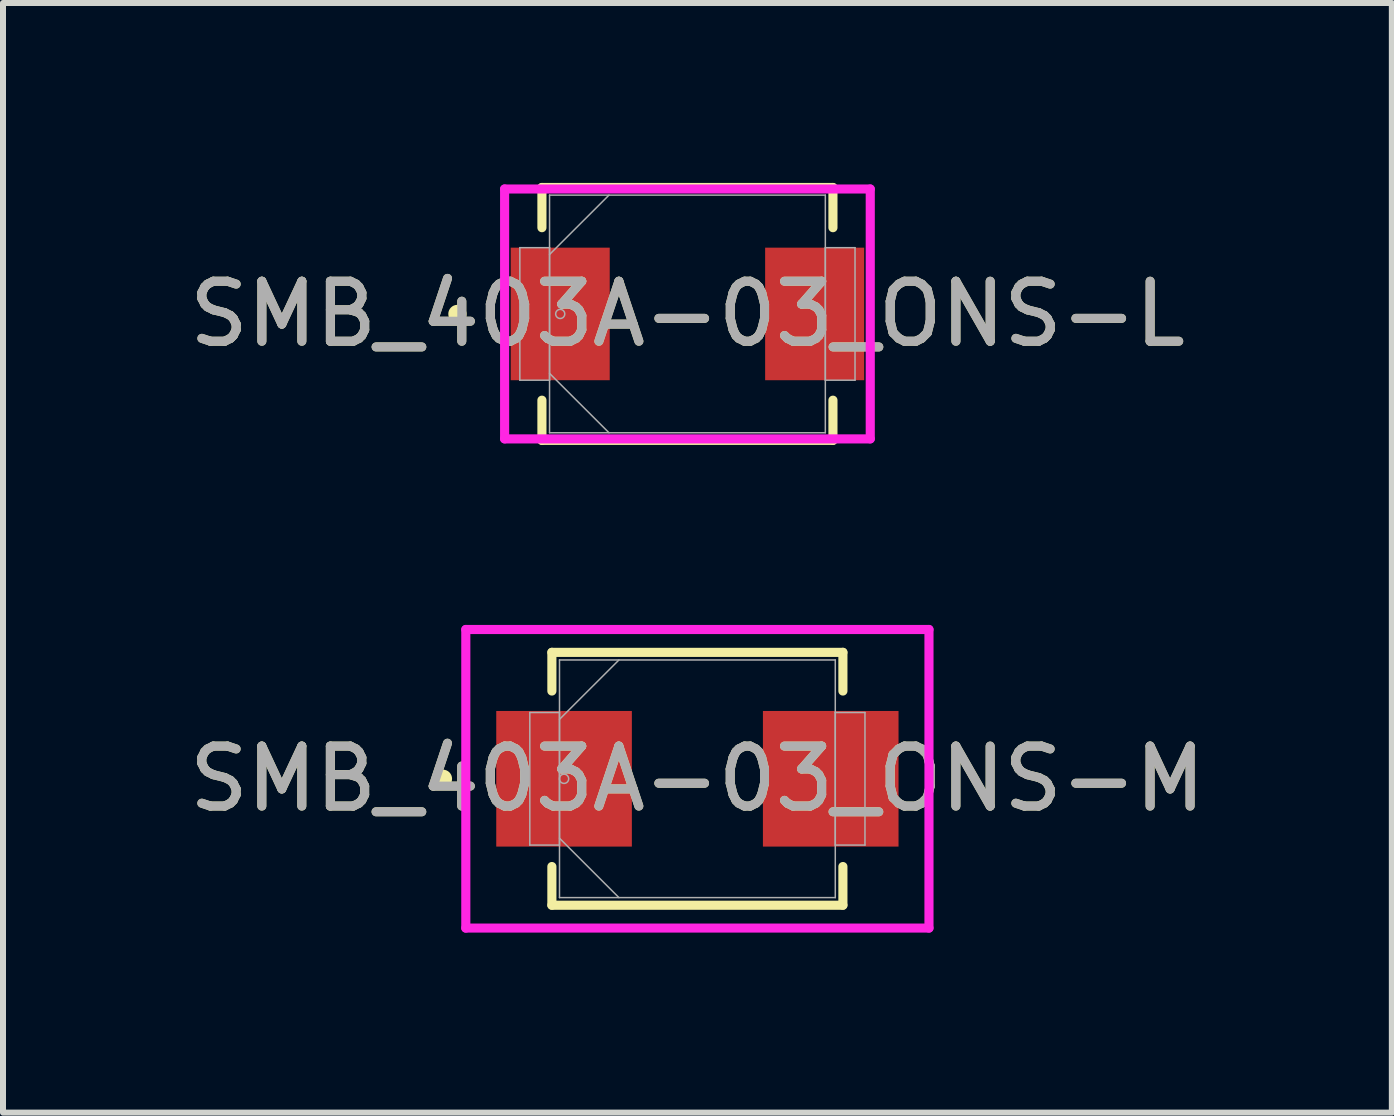
<source format=kicad_pcb>
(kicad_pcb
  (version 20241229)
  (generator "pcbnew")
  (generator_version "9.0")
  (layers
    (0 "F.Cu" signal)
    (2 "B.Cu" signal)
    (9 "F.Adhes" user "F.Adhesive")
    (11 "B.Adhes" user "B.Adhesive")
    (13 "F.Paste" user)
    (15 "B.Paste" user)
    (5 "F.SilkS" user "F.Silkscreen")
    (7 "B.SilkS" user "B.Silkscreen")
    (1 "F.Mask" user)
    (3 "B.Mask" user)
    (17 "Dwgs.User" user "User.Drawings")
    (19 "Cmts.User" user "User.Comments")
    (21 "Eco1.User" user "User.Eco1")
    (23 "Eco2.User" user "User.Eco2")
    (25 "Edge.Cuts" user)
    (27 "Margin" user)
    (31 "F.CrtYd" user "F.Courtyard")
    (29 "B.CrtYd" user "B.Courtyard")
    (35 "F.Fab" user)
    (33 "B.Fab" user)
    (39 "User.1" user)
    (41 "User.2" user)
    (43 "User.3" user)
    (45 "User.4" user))
  (footprint "SMB_403A-03_ONS-L"
    (layer "F.Cu")
    (at 8.411 2.184)
    (property "Reference" "SMB_403A-03_ONS-L" (at 0 0 0) (unlocked yes) (layer "F.SilkS") (effects (font (size 1 1) (thickness 0.15))))
    (attr smd)
    (fp_line (start -2.426 -2.108) (end -2.426 -1.438) (stroke (width 0.152) (type solid)) (layer "F.SilkS"))
    (fp_line (start -2.426 1.438) (end -2.426 2.108) (stroke (width 0.152) (type solid)) (layer "F.SilkS"))
    (fp_line (start -2.426 2.108) (end 2.426 2.108) (stroke (width 0.152) (type solid)) (layer "F.SilkS"))
    (fp_line (start 2.426 -2.108) (end -2.426 -2.108) (stroke (width 0.152) (type solid)) (layer "F.SilkS"))
    (fp_line (start 2.426 -1.438) (end 2.426 -2.108) (stroke (width 0.152) (type solid)) (layer "F.SilkS"))
    (fp_line (start 2.426 2.108) (end 2.426 1.438) (stroke (width 0.152) (type solid)) (layer "F.SilkS"))
    (fp_circle (center -3.835 0) (end -3.759 0) (stroke (width 0.152) (type solid)) (fill no) (layer "F.SilkS"))
    (fp_line (start -3.048 -2.083) (end 3.048 -2.083) (stroke (width 0.152) (type solid)) (layer "F.CrtYd"))
    (fp_line (start -3.048 2.083) (end -3.048 -2.083) (stroke (width 0.152) (type solid)) (layer "F.CrtYd"))
    (fp_line (start 3.048 -2.083) (end 3.048 2.083) (stroke (width 0.152) (type solid)) (layer "F.CrtYd"))
    (fp_line (start 3.048 2.083) (end -3.048 2.083) (stroke (width 0.152) (type solid)) (layer "F.CrtYd"))
    (fp_line (start -2.794 -1.105) (end -2.794 1.105) (stroke (width 0.025) (type solid)) (layer "F.Fab"))
    (fp_line (start -2.794 1.105) (end -2.299 1.105) (stroke (width 0.025) (type solid)) (layer "F.Fab"))
    (fp_line (start -2.299 -1.981) (end -2.299 1.981) (stroke (width 0.025) (type solid)) (layer "F.Fab"))
    (fp_line (start -2.299 -1.105) (end -2.794 -1.105) (stroke (width 0.025) (type solid)) (layer "F.Fab"))
    (fp_line (start -2.299 -0.991) (end -1.308 -1.981) (stroke (width 0.025) (type solid)) (layer "F.Fab"))
    (fp_line (start -2.299 0.991) (end -1.308 1.981) (stroke (width 0.025) (type solid)) (layer "F.Fab"))
    (fp_line (start -2.299 1.105) (end -2.299 -1.105) (stroke (width 0.025) (type solid)) (layer "F.Fab"))
    (fp_line (start -2.299 1.981) (end 2.299 1.981) (stroke (width 0.025) (type solid)) (layer "F.Fab"))
    (fp_line (start 2.299 -1.981) (end -2.299 -1.981) (stroke (width 0.025) (type solid)) (layer "F.Fab"))
    (fp_line (start 2.299 -1.105) (end 2.299 1.105) (stroke (width 0.025) (type solid)) (layer "F.Fab"))
    (fp_line (start 2.299 1.105) (end 2.794 1.105) (stroke (width 0.025) (type solid)) (layer "F.Fab"))
    (fp_line (start 2.299 1.981) (end 2.299 -1.981) (stroke (width 0.025) (type solid)) (layer "F.Fab"))
    (fp_line (start 2.794 -1.105) (end 2.299 -1.105) (stroke (width 0.025) (type solid)) (layer "F.Fab"))
    (fp_line (start 2.794 1.105) (end 2.794 -1.105) (stroke (width 0.025) (type solid)) (layer "F.Fab"))
    (fp_circle (center -2.121 0) (end -2.045 0) (stroke (width 0.025) (type solid)) (fill no) (layer "F.Fab"))
    (fp_text user "${REFERENCE}" (at 0 0 0) (unlocked yes) (layer "F.Fab") (effects (font (size 1 1) (thickness 0.15))))
    (pad "1" smd rect (at -2.121 0) (size 1.651 2.21) (layers "F.Cu" "F.Mask" "F.Paste"))
    (pad "2" smd rect (at 2.121 0) (size 1.651 2.21) (layers "F.Cu" "F.Mask" "F.Paste"))
    (zone (net_name "") (layer "F.Cu") (hatch full 0.508) (connect_pads) (min_thickness 0.254) (filled_areas_thickness no) (keepout (tracks not_allowed) (vias not_allowed) (pads allowed) (copperpour not_allowed) (footprints allowed)) (placement (enabled no)) (fill) (polygon (pts (xy 7.166 0.254) (xy 9.655 0.254) (xy 9.655 4.115) (xy 7.166 4.115)))))
  (footprint "SMB_403A-03_ONS-M"
    (layer "F.Cu")
    (at 8.577 9.934)
    (property "Reference" "SMB_403A-03_ONS-M" (at 0 0 0) (unlocked yes) (layer "F.SilkS") (effects (font (size 1 1) (thickness 0.15))))
    (attr smd)
    (fp_line (start -2.426 -2.108) (end -2.426 -1.463) (stroke (width 0.152) (type solid)) (layer "F.SilkS"))
    (fp_line (start -2.426 1.463) (end -2.426 2.108) (stroke (width 0.152) (type solid)) (layer "F.SilkS"))
    (fp_line (start -2.426 2.108) (end 2.426 2.108) (stroke (width 0.152) (type solid)) (layer "F.SilkS"))
    (fp_line (start 2.426 -2.108) (end -2.426 -2.108) (stroke (width 0.152) (type solid)) (layer "F.SilkS"))
    (fp_line (start 2.426 -1.463) (end 2.426 -2.108) (stroke (width 0.152) (type solid)) (layer "F.SilkS"))
    (fp_line (start 2.426 2.108) (end 2.426 1.463) (stroke (width 0.152) (type solid)) (layer "F.SilkS"))
    (fp_circle (center -4.242 0) (end -4.166 0) (stroke (width 0.152) (type solid)) (fill no) (layer "F.SilkS"))
    (fp_line (start -3.861 -2.489) (end 3.861 -2.489) (stroke (width 0.152) (type solid)) (layer "F.CrtYd"))
    (fp_line (start -3.861 2.489) (end -3.861 -2.489) (stroke (width 0.152) (type solid)) (layer "F.CrtYd"))
    (fp_line (start 3.861 -2.489) (end 3.861 2.489) (stroke (width 0.152) (type solid)) (layer "F.CrtYd"))
    (fp_line (start 3.861 2.489) (end -3.861 2.489) (stroke (width 0.152) (type solid)) (layer "F.CrtYd"))
    (fp_line (start -2.794 -1.105) (end -2.794 1.105) (stroke (width 0.025) (type solid)) (layer "F.Fab"))
    (fp_line (start -2.794 1.105) (end -2.299 1.105) (stroke (width 0.025) (type solid)) (layer "F.Fab"))
    (fp_line (start -2.299 -1.981) (end -2.299 1.981) (stroke (width 0.025) (type solid)) (layer "F.Fab"))
    (fp_line (start -2.299 -1.105) (end -2.794 -1.105) (stroke (width 0.025) (type solid)) (layer "F.Fab"))
    (fp_line (start -2.299 -0.991) (end -1.308 -1.981) (stroke (width 0.025) (type solid)) (layer "F.Fab"))
    (fp_line (start -2.299 0.991) (end -1.308 1.981) (stroke (width 0.025) (type solid)) (layer "F.Fab"))
    (fp_line (start -2.299 1.105) (end -2.299 -1.105) (stroke (width 0.025) (type solid)) (layer "F.Fab"))
    (fp_line (start -2.299 1.981) (end 2.299 1.981) (stroke (width 0.025) (type solid)) (layer "F.Fab"))
    (fp_line (start 2.299 -1.981) (end -2.299 -1.981) (stroke (width 0.025) (type solid)) (layer "F.Fab"))
    (fp_line (start 2.299 -1.105) (end 2.299 1.105) (stroke (width 0.025) (type solid)) (layer "F.Fab"))
    (fp_line (start 2.299 1.105) (end 2.794 1.105) (stroke (width 0.025) (type solid)) (layer "F.Fab"))
    (fp_line (start 2.299 1.981) (end 2.299 -1.981) (stroke (width 0.025) (type solid)) (layer "F.Fab"))
    (fp_line (start 2.794 -1.105) (end 2.299 -1.105) (stroke (width 0.025) (type solid)) (layer "F.Fab"))
    (fp_line (start 2.794 1.105) (end 2.794 -1.105) (stroke (width 0.025) (type solid)) (layer "F.Fab"))
    (fp_circle (center -2.223 0) (end -2.146 0) (stroke (width 0.025) (type solid)) (fill no) (layer "F.Fab"))
    (fp_text user "${REFERENCE}" (at 0 0 0) (unlocked yes) (layer "F.Fab") (effects (font (size 1 1) (thickness 0.15))))
    (pad "1" smd rect (at -2.223 0) (size 2.261 2.261) (layers "F.Cu" "F.Mask" "F.Paste"))
    (pad "2" smd rect (at 2.223 0) (size 2.261 2.261) (layers "F.Cu" "F.Mask" "F.Paste"))
    (zone (net_name "") (layer "F.Cu") (hatch full 0.508) (connect_pads) (min_thickness 0.254) (filled_areas_thickness no) (keepout (tracks not_allowed) (vias not_allowed) (pads allowed) (copperpour not_allowed) (footprints allowed)) (placement (enabled no)) (fill) (polygon (pts (xy 7.536 8.004) (xy 9.619 8.004) (xy 9.619 11.865) (xy 7.536 11.865)))))
  (gr_rect
    (start -3 -3)
    (end 20.155 15.5)
    (stroke (width 0.1) (type default))
    (fill no)
    (layer "Edge.Cuts")))
</source>
